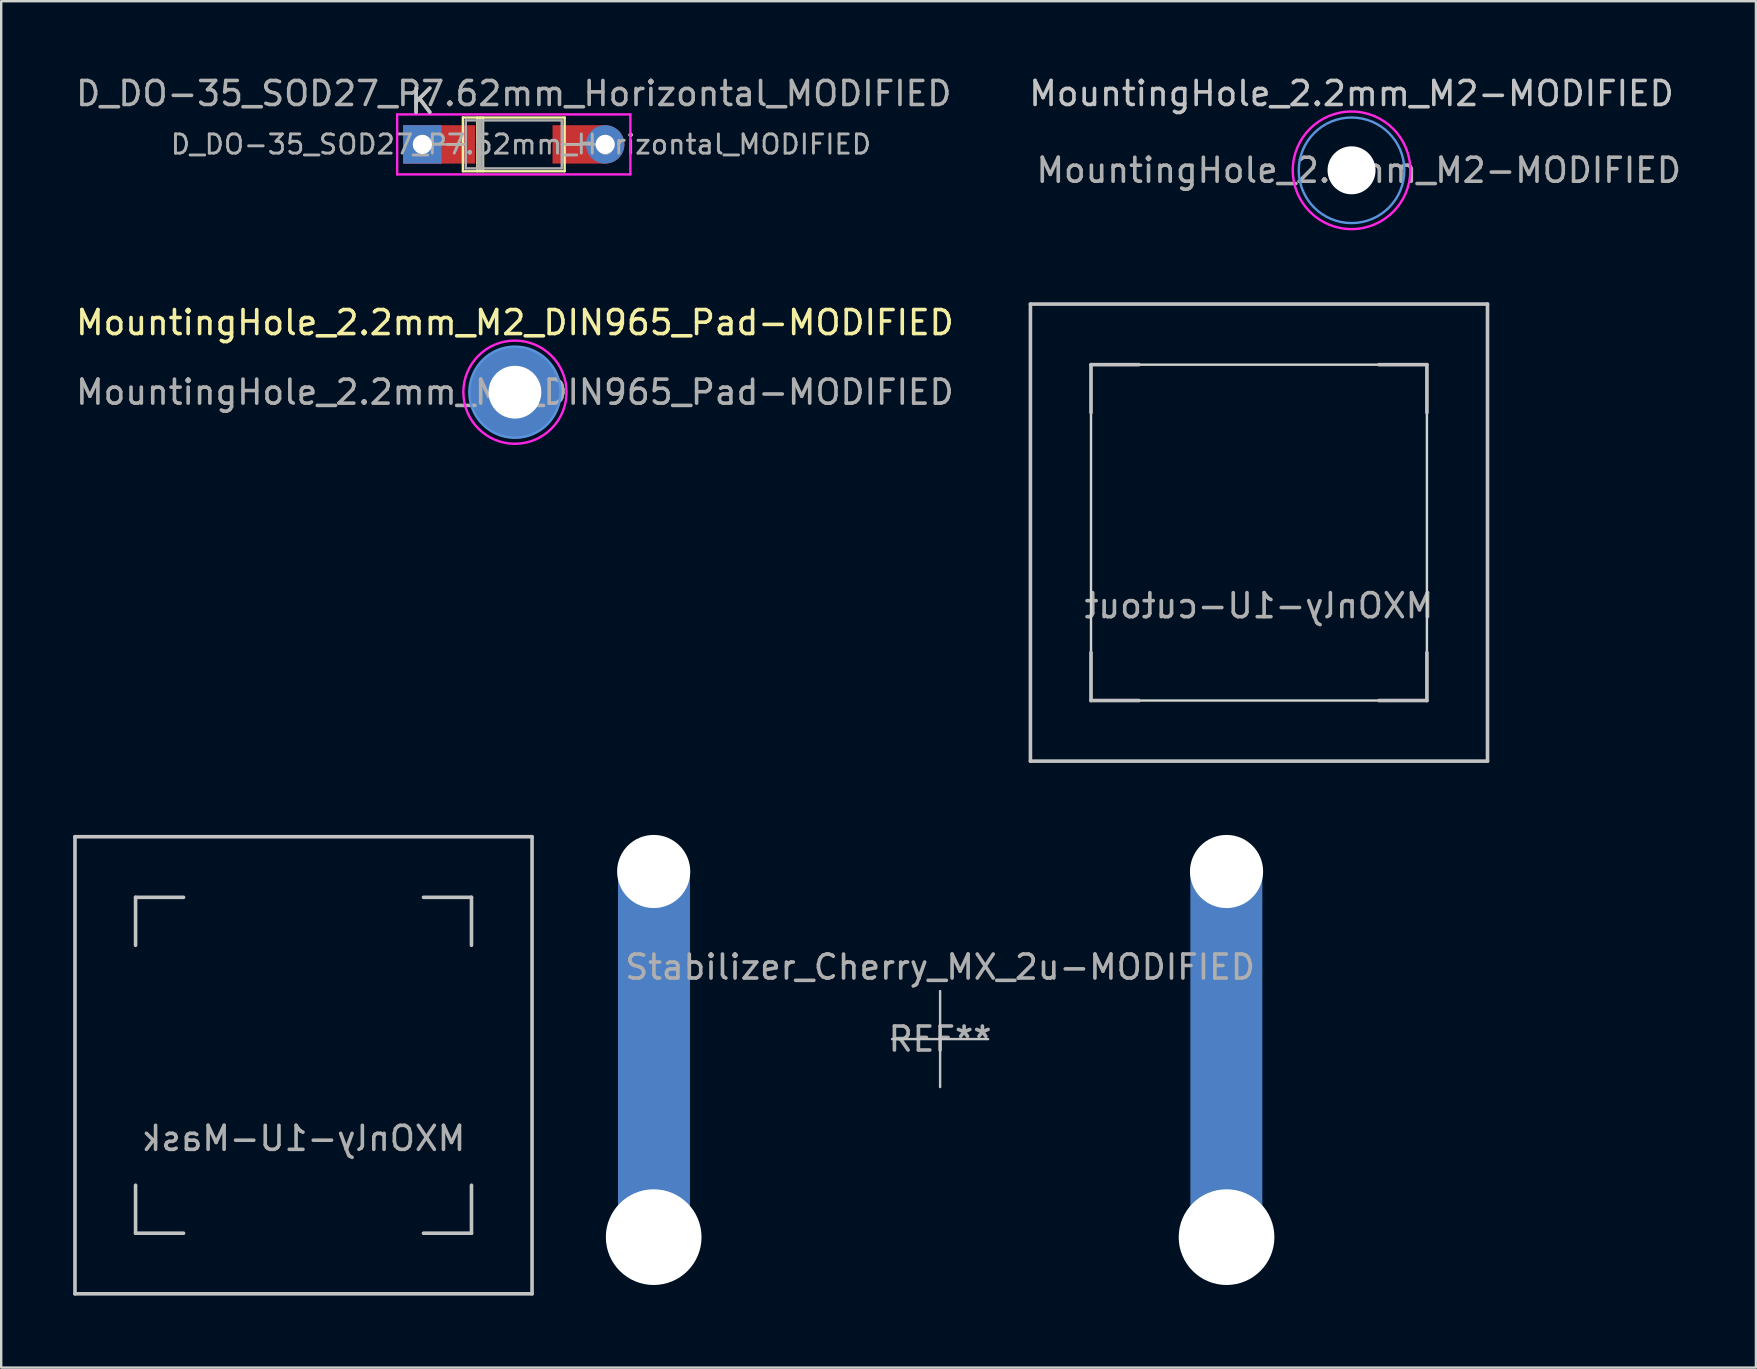
<source format=kicad_pcb>
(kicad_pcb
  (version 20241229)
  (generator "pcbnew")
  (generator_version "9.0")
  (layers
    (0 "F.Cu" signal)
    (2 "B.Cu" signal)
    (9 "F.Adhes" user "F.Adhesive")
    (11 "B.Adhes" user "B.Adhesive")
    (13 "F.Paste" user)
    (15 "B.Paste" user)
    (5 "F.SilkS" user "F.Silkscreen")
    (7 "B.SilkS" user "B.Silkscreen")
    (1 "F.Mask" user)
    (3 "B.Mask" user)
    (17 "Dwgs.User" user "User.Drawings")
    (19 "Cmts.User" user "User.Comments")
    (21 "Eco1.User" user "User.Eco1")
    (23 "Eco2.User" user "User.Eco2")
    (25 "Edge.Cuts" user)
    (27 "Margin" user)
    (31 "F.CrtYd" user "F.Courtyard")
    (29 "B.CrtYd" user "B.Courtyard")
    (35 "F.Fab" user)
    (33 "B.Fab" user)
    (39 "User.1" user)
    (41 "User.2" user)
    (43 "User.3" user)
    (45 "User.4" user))
  (footprint "D_DO-35_SOD27_P7.62mm_Horizontal_MODIFIED"
    (layer "F.Cu")
    (at 14.553 2.968)
    (property "Reference" "D_DO-35_SOD27_P7.62mm_Horizontal_MODIFIED" (at 3.81 -2.12 180) (layer "F.Fab") (effects (font (size 1 1) (thickness 0.15))))
    (attr through_hole)
    (fp_line (start 1.04 0) (end 1.69 0) (stroke (width 0.1) (type solid)) (layer "F.SilkS"))
    (fp_line (start 1.69 -1.12) (end 1.69 1.12) (stroke (width 0.1) (type solid)) (layer "F.SilkS"))
    (fp_line (start 1.69 1.12) (end 5.93 1.12) (stroke (width 0.1) (type solid)) (layer "F.SilkS"))
    (fp_line (start 2.29 -1.12) (end 2.29 1.12) (stroke (width 0.1) (type solid)) (layer "F.SilkS"))
    (fp_line (start 2.41 -1.12) (end 2.41 1.12) (stroke (width 0.1) (type solid)) (layer "F.SilkS"))
    (fp_line (start 2.53 -1.12) (end 2.53 1.12) (stroke (width 0.1) (type solid)) (layer "F.SilkS"))
    (fp_line (start 5.93 -1.12) (end 1.69 -1.12) (stroke (width 0.1) (type solid)) (layer "F.SilkS"))
    (fp_line (start 5.93 1.12) (end 5.93 -1.12) (stroke (width 0.1) (type solid)) (layer "F.SilkS"))
    (fp_line (start 6.58 0) (end 5.93 0) (stroke (width 0.1) (type solid)) (layer "F.SilkS"))
    (fp_line (start -1.05 -1.25) (end -1.05 1.25) (stroke (width 0.1) (type solid)) (layer "F.CrtYd"))
    (fp_line (start -1.05 1.25) (end 8.67 1.25) (stroke (width 0.1) (type solid)) (layer "F.CrtYd"))
    (fp_line (start 8.67 -1.25) (end -1.05 -1.25) (stroke (width 0.1) (type solid)) (layer "F.CrtYd"))
    (fp_line (start 8.67 1.25) (end 8.67 -1.25) (stroke (width 0.1) (type solid)) (layer "F.CrtYd"))
    (fp_line (start 0 0) (end 1.81 0) (stroke (width 0.1) (type solid)) (layer "F.Fab"))
    (fp_line (start 1.81 -1) (end 1.81 1) (stroke (width 0.1) (type solid)) (layer "F.Fab"))
    (fp_line (start 1.81 1) (end 5.81 1) (stroke (width 0.1) (type solid)) (layer "F.Fab"))
    (fp_line (start 2.31 -1) (end 2.31 1) (stroke (width 0.1) (type solid)) (layer "F.Fab"))
    (fp_line (start 2.41 -1) (end 2.41 1) (stroke (width 0.1) (type solid)) (layer "F.Fab"))
    (fp_line (start 2.51 -1) (end 2.51 1) (stroke (width 0.1) (type solid)) (layer "F.Fab"))
    (fp_line (start 5.81 -1) (end 1.81 -1) (stroke (width 0.1) (type solid)) (layer "F.Fab"))
    (fp_line (start 5.81 1) (end 5.81 -1) (stroke (width 0.1) (type solid)) (layer "F.Fab"))
    (fp_line (start 7.62 0) (end 5.81 0) (stroke (width 0.1) (type solid)) (layer "F.Fab"))
    (fp_text user "K" (at 0 -1.8 180) (layer "Dwgs.User") (effects (font (size 1 1) (thickness 0.15))))
    (fp_text user "${REFERENCE}" (at 4.11 0 180) (layer "F.Fab") (effects (font (size 0.8 0.8) (thickness 0.12))))
    (fp_text user "K" (at 0 -1.8 180) (layer "F.Fab") (effects (font (size 1 1) (thickness 0.15))))
    (pad "1" thru_hole rect (at 0 0) (size 1.6 1.6) (drill 0.8) (layers "*.Cu" "*.Mask"))
    (pad "1" smd rect (at 0.7 0) (size 3 1.6) (layers "F.Cu" "F.Mask" "F.Paste"))
    (pad "2" smd roundrect (at 6.925 0) (size 3 1.6) (layers "F.Cu" "F.Mask" "F.Paste") (roundrect_rratio 0) (chamfer_ratio 0.5) (chamfer top_right bottom_right))
    (pad "2" thru_hole circle (at 7.62 0) (size 1.6 1.6) (drill 0.8) (layers "*.Cu" "*.Mask")))
  (footprint "Stabilizer_Cherry_MX_2u-MODIFIED"
    (layer "F.Cu")
    (at 36.132 40.257)
    (property "Reference" "Stabilizer_Cherry_MX_2u-MODIFIED" (at 0 -3 0) (layer "F.Fab") (effects (font (size 1 1) (thickness 0.15))))
    (attr exclude_from_pos_files)
    (fp_line (start -2 0) (end 2 0) (stroke (width 0.1) (type solid)) (layer "Dwgs.User"))
    (fp_line (start 0 2) (end 0 -2) (stroke (width 0.1) (type solid)) (layer "Dwgs.User"))
    (fp_text user "REF**" (at 0 0 0) (layer "F.Fab") (effects (font (size 1 1) (thickness 0.15))))
    (pad "" np_thru_hole circle (at -11.938 -6.985) (size 3.048 3.048) (drill 3.048) (layers "*.Cu" "*.Mask"))
    (pad "" np_thru_hole circle (at -11.938 8.255) (size 3.988 3.988) (drill 3.988) (layers "*.Cu" "*.Mask"))
    (pad "" np_thru_hole circle (at 11.938 -6.985) (size 3.048 3.048) (drill 3.048) (layers "*.Cu" "*.Mask"))
    (pad "" np_thru_hole circle (at 11.938 8.255) (size 3.988 3.988) (drill 3.988) (layers "*.Cu" "*.Mask"))
    (pad "1" smd oval (at -11.925 0.35) (size 3 17.5) (layers "B.Cu" "B.Mask" "B.Paste"))
    (pad "1" smd oval (at 11.93 0.35) (size 3 17.5) (layers "B.Cu" "B.Mask" "B.Paste")))
  (footprint "MXOnly-1U-Mask"
    (layer "F.Cu")
    (at 9.6 41.348)
    (property "Reference" "MXOnly-1U-Mask" (at 0 3.048 0) (layer "F.Fab") (effects (font (size 1 1) (thickness 0.15)) (justify mirror)))
    (attr through_hole)
    (fp_circle (center -7 -7) (end -6 -7) (stroke (width 0.11) (type solid)) (fill yes) (layer "F.Mask"))
    (fp_circle (center -7 7) (end -6 7) (stroke (width 0.11) (type solid)) (fill yes) (layer "F.Mask"))
    (fp_circle (center 7 -7) (end 8 -7) (stroke (width 0.11) (type solid)) (fill yes) (layer "F.Mask"))
    (fp_circle (center 7 7) (end 8 7) (stroke (width 0.11) (type solid)) (fill yes) (layer "F.Mask"))
    (fp_poly (pts (xy 8 -7) (xy 8 7) (xy 7 8) (xy -7 8) (xy -8 7) (xy -8 -7) (xy -7 -8) (xy 7 -8)) (stroke (width 0.11) (type solid)) (fill yes) (layer "F.Mask"))
    (fp_line (start -9.525 -9.525) (end 9.525 -9.525) (stroke (width 0.15) (type solid)) (layer "Dwgs.User"))
    (fp_line (start -9.525 9.525) (end -9.525 -9.525) (stroke (width 0.15) (type solid)) (layer "Dwgs.User"))
    (fp_line (start -7 -7) (end -7 -5) (stroke (width 0.15) (type solid)) (layer "Dwgs.User"))
    (fp_line (start -7 5) (end -7 7) (stroke (width 0.15) (type solid)) (layer "Dwgs.User"))
    (fp_line (start -7 7) (end -5 7) (stroke (width 0.15) (type solid)) (layer "Dwgs.User"))
    (fp_line (start -5 -7) (end -7 -7) (stroke (width 0.15) (type solid)) (layer "Dwgs.User"))
    (fp_line (start 5 -7) (end 7 -7) (stroke (width 0.15) (type solid)) (layer "Dwgs.User"))
    (fp_line (start 5 7) (end 7 7) (stroke (width 0.15) (type solid)) (layer "Dwgs.User"))
    (fp_line (start 7 -7) (end 7 -5) (stroke (width 0.15) (type solid)) (layer "Dwgs.User"))
    (fp_line (start 7 7) (end 7 5) (stroke (width 0.15) (type solid)) (layer "Dwgs.User"))
    (fp_line (start 9.525 -9.525) (end 9.525 9.525) (stroke (width 0.15) (type solid)) (layer "Dwgs.User"))
    (fp_line (start 9.525 9.525) (end -9.525 9.525) (stroke (width 0.15) (type solid)) (layer "Dwgs.User")))
  (footprint "MountingHole_2.2mm_M2_DIN965_Pad-MODIFIED"
    (layer "F.Cu")
    (at 18.411 13.296)
    (property "Reference" "MountingHole_2.2mm_M2_DIN965_Pad-MODIFIED" (at 0 -2.9 0) (layer "F.SilkS") (effects (font (size 1 1) (thickness 0.15))))
    (attr exclude_from_pos_files)
    (fp_circle (center 0 0) (end 1.9 0) (stroke (width 0.1) (type solid)) (fill no) (layer "Cmts.User"))
    (fp_circle (center 0 0) (end 1 0) (stroke (width 0.1) (type solid)) (fill no) (layer "Edge.Cuts"))
    (fp_circle (center 0 0) (end 2.15 0) (stroke (width 0.1) (type solid)) (fill no) (layer "F.CrtYd"))
    (fp_text user "${REFERENCE}" (at 0 0 0) (layer "F.Fab") (effects (font (size 1 1) (thickness 0.15))))
    (pad "1" thru_hole circle (at 0 0) (size 3.8 3.8) (drill 2.2) (layers "*.Cu" "*.Mask")))
  (footprint "MXOnly-1U-cutout"
    (layer "F.Cu")
    (at 49.421 19.148)
    (property "Reference" "MXOnly-1U-cutout" (at 0 3.048 0) (layer "F.Fab") (effects (font (size 1 1) (thickness 0.15)) (justify mirror)))
    (attr through_hole)
    (fp_circle (center -7 -7) (end -6 -7) (stroke (width 0.11) (type solid)) (fill yes) (layer "F.Mask"))
    (fp_circle (center -7 7) (end -6 7) (stroke (width 0.11) (type solid)) (fill yes) (layer "F.Mask"))
    (fp_circle (center 7 -7) (end 8 -7) (stroke (width 0.11) (type solid)) (fill yes) (layer "F.Mask"))
    (fp_circle (center 7 7) (end 8 7) (stroke (width 0.11) (type solid)) (fill yes) (layer "F.Mask"))
    (fp_poly (pts (xy 8 -7) (xy 8 7) (xy 7 8) (xy -7 8) (xy -8 7) (xy -8 -7) (xy -7 -8) (xy 7 -8)) (stroke (width 0.11) (type solid)) (fill yes) (layer "F.Mask"))
    (fp_line (start -9.525 -9.525) (end 9.525 -9.525) (stroke (width 0.15) (type solid)) (layer "Dwgs.User"))
    (fp_line (start -9.525 9.525) (end -9.525 -9.525) (stroke (width 0.15) (type solid)) (layer "Dwgs.User"))
    (fp_line (start -7 -7) (end -7 -5) (stroke (width 0.15) (type solid)) (layer "Dwgs.User"))
    (fp_line (start -7 5) (end -7 7) (stroke (width 0.15) (type solid)) (layer "Dwgs.User"))
    (fp_line (start -7 7) (end -5 7) (stroke (width 0.15) (type solid)) (layer "Dwgs.User"))
    (fp_line (start -5 -7) (end -7 -7) (stroke (width 0.15) (type solid)) (layer "Dwgs.User"))
    (fp_line (start 5 -7) (end 7 -7) (stroke (width 0.15) (type solid)) (layer "Dwgs.User"))
    (fp_line (start 5 7) (end 7 7) (stroke (width 0.15) (type solid)) (layer "Dwgs.User"))
    (fp_line (start 7 -7) (end 7 -5) (stroke (width 0.15) (type solid)) (layer "Dwgs.User"))
    (fp_line (start 7 7) (end 7 5) (stroke (width 0.15) (type solid)) (layer "Dwgs.User"))
    (fp_line (start 9.525 -9.525) (end 9.525 9.525) (stroke (width 0.15) (type solid)) (layer "Dwgs.User"))
    (fp_line (start 9.525 9.525) (end -9.525 9.525) (stroke (width 0.15) (type solid)) (layer "Dwgs.User"))
    (fp_rect (start -7 -7) (end 7 7) (stroke (width 0.1) (type solid)) (fill no) (layer "Edge.Cuts")))
  (footprint "MountingHole_2.2mm_M2-MODIFIED"
    (layer "F.Cu")
    (at 53.28 4.048)
    (property "Reference" "MountingHole_2.2mm_M2-MODIFIED" (at 0 -3.2 0) (layer "Dwgs.User") (effects (font (size 1 1) (thickness 0.15))))
    (attr exclude_from_pos_files)
    (fp_circle (center 0 0) (end 2.2 0) (stroke (width 0.1) (type solid)) (fill no) (layer "Cmts.User"))
    (fp_circle (center 0 0) (end 1.03 -0.18) (stroke (width 0.1) (type solid)) (fill no) (layer "Eco2.User"))
    (fp_circle (center 0 0) (end 1.046 0) (stroke (width 0.11) (type solid)) (fill no) (layer "Eco2.User"))
    (fp_circle (center 0 0) (end 2.45 0) (stroke (width 0.1) (type solid)) (fill no) (layer "F.CrtYd"))
    (fp_text user "${REFERENCE}" (at 0.3 0 0) (layer "F.Fab") (effects (font (size 1 1) (thickness 0.15))))
    (pad "" np_thru_hole circle (at 0 0) (size 2 2) (drill 2.2) (layers "*.Cu" "*.Mask")))
  (gr_rect
    (start -3 -3)
    (end 70.133 53.948)
    (stroke (width 0.1) (type default))
    (fill no)
    (layer "Edge.Cuts")))
</source>
